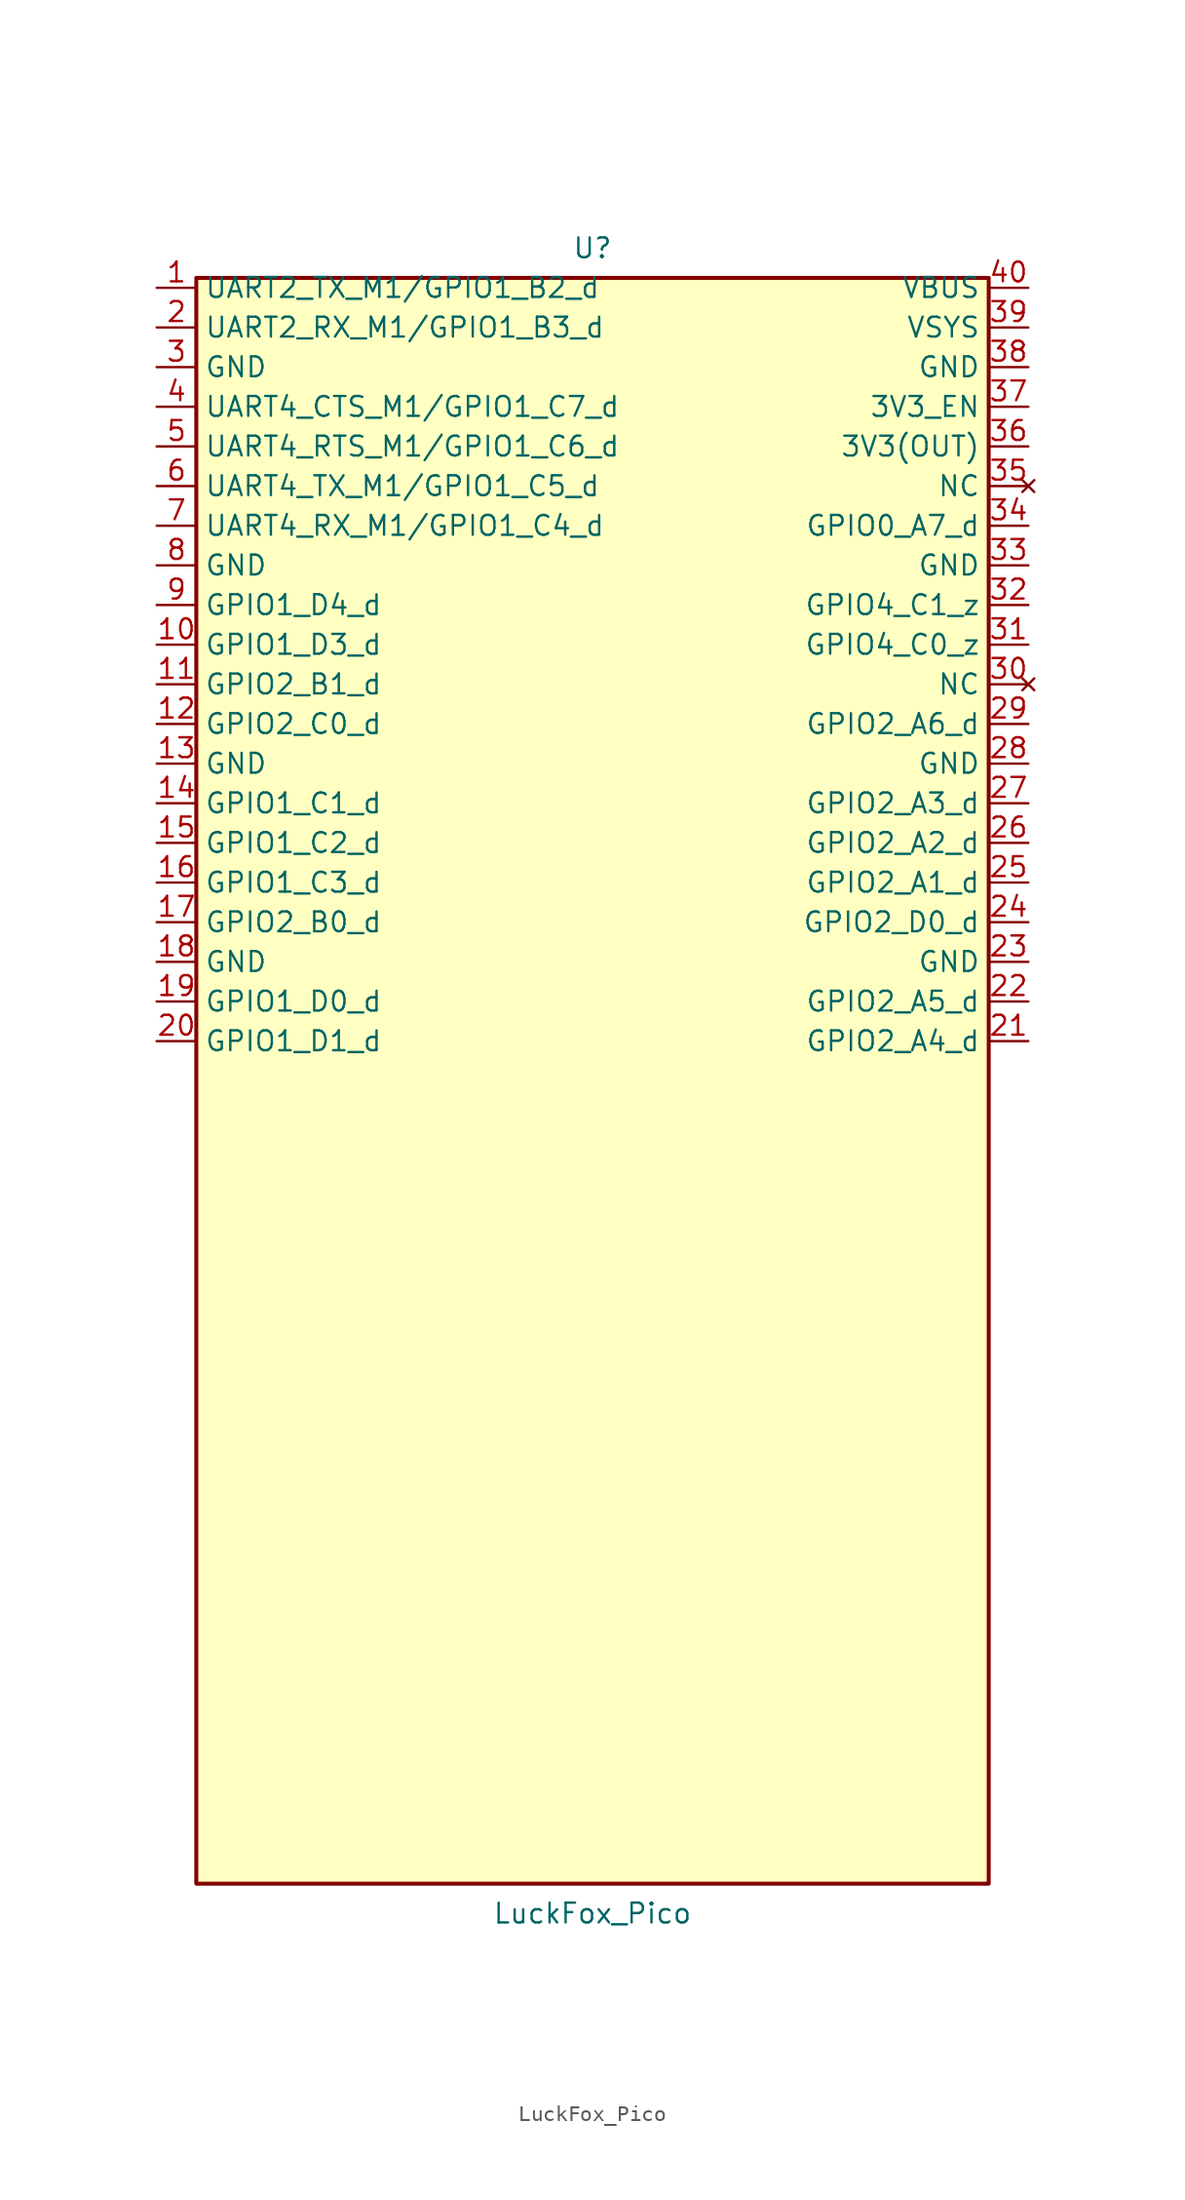
<source format=kicad_sym>
(kicad_symbol_lib
  (version 20220914)
  (generator kicad_symbol_editor)
  (symbol "LuckFox_Pico"
    (property "Reference" "U"
      (at 0 53.34 0)
      (effects (font (size 1.27 1.27))))
    (property "Value" "LuckFox_Pico"
      (at 0 -53.34 0)
      (effects (font (size 1.27 1.27))))
    (symbol "LuckFox_Pico_0_1"
      (rectangle (start -25.4 51.435) (end 25.4 -51.435) (stroke (width 0.254) (type default)) (fill (type background))))
    (symbol "LuckFox_Pico_1_1"
      (pin bidirectional line (at -27.94 50.8 0) (length 2.54) (name "UART2_TX_M1/GPIO1_B2_d" (effects (font (size 1.27 1.27)))) (number "1" (effects (font (size 1.27 1.27)))))
      (pin bidirectional line (at -27.94 48.26 0) (length 2.54) (name "UART2_RX_M1/GPIO1_B3_d" (effects (font (size 1.27 1.27)))) (number "2" (effects (font (size 1.27 1.27)))))
      (pin power_in line (at -27.94 45.72 0) (length 2.54) (name "GND" (effects (font (size 1.27 1.27)))) (number "3" (effects (font (size 1.27 1.27)))))
      (pin bidirectional line (at -27.94 43.18 0) (length 2.54) (name "UART4_CTS_M1/GPIO1_C7_d" (effects (font (size 1.27 1.27)))) (number "4" (effects (font (size 1.27 1.27)))))
      (pin bidirectional line (at -27.94 40.64 0) (length 2.54) (name "UART4_RTS_M1/GPIO1_C6_d" (effects (font (size 1.27 1.27)))) (number "5" (effects (font (size 1.27 1.27)))))
      (pin bidirectional line (at -27.94 38.1 0) (length 2.54) (name "UART4_TX_M1/GPIO1_C5_d" (effects (font (size 1.27 1.27)))) (number "6" (effects (font (size 1.27 1.27)))))
      (pin bidirectional line (at -27.94 35.56 0) (length 2.54) (name "UART4_RX_M1/GPIO1_C4_d" (effects (font (size 1.27 1.27)))) (number "7" (effects (font (size 1.27 1.27)))))
      (pin power_in line (at -27.94 33.02 0) (length 2.54) (name "GND" (effects (font (size 1.27 1.27)))) (number "8" (effects (font (size 1.27 1.27)))))
      (pin bidirectional line (at -27.94 30.48 0) (length 2.54) (name "GPIO1_D4_d" (effects (font (size 1.27 1.27)))) (number "9" (effects (font (size 1.27 1.27)))))
      (pin bidirectional line (at -27.94 27.94 0) (length 2.54) (name "GPIO1_D3_d" (effects (font (size 1.27 1.27)))) (number "10" (effects (font (size 1.27 1.27)))))
      (pin bidirectional line (at -27.94 25.4 0) (length 2.54) (name "GPIO2_B1_d" (effects (font (size 1.27 1.27)))) (number "11" (effects (font (size 1.27 1.27)))))
      (pin bidirectional line (at -27.94 22.86 0) (length 2.54) (name "GPIO2_C0_d" (effects (font (size 1.27 1.27)))) (number "12" (effects (font (size 1.27 1.27)))))
      (pin power_in line (at -27.94 20.32 0) (length 2.54) (name "GND" (effects (font (size 1.27 1.27)))) (number "13" (effects (font (size 1.27 1.27)))))
      (pin bidirectional line (at -27.94 17.78 0) (length 2.54) (name "GPIO1_C1_d" (effects (font (size 1.27 1.27)))) (number "14" (effects (font (size 1.27 1.27)))))
      (pin bidirectional line (at -27.94 15.24 0) (length 2.54) (name "GPIO1_C2_d" (effects (font (size 1.27 1.27)))) (number "15" (effects (font (size 1.27 1.27)))))
      (pin bidirectional line (at -27.94 12.7 0) (length 2.54) (name "GPIO1_C3_d" (effects (font (size 1.27 1.27)))) (number "16" (effects (font (size 1.27 1.27)))))
      (pin bidirectional line (at -27.94 10.16 0) (length 2.54) (name "GPIO2_B0_d" (effects (font (size 1.27 1.27)))) (number "17" (effects (font (size 1.27 1.27)))))
      (pin power_in line (at -27.94 7.62 0) (length 2.54) (name "GND" (effects (font (size 1.27 1.27)))) (number "18" (effects (font (size 1.27 1.27)))))
      (pin bidirectional line (at -27.94 5.08 0) (length 2.54) (name "GPIO1_D0_d" (effects (font (size 1.27 1.27)))) (number "19" (effects (font (size 1.27 1.27)))))
      (pin bidirectional line (at -27.94 2.54 0) (length 2.54) (name "GPIO1_D1_d" (effects (font (size 1.27 1.27)))) (number "20" (effects (font (size 1.27 1.27)))))
      (pin bidirectional line (at 27.94 2.54 180) (length 2.54) (name "GPIO2_A4_d" (effects (font (size 1.27 1.27)))) (number "21" (effects (font (size 1.27 1.27)))))
      (pin bidirectional line (at 27.94 5.08 180) (length 2.54) (name "GPIO2_A5_d" (effects (font (size 1.27 1.27)))) (number "22" (effects (font (size 1.27 1.27)))))
      (pin power_in line (at 27.94 7.62 180) (length 2.54) (name "GND" (effects (font (size 1.27 1.27)))) (number "23" (effects (font (size 1.27 1.27)))))
      (pin bidirectional line (at 27.94 10.16 180) (length 2.54) (name "GPIO2_D0_d" (effects (font (size 1.27 1.27)))) (number "24" (effects (font (size 1.27 1.27)))))
      (pin bidirectional line (at 27.94 12.7 180) (length 2.54) (name "GPIO2_A1_d" (effects (font (size 1.27 1.27)))) (number "25" (effects (font (size 1.27 1.27)))))
      (pin bidirectional line (at 27.94 15.24 180) (length 2.54) (name "GPIO2_A2_d" (effects (font (size 1.27 1.27)))) (number "26" (effects (font (size 1.27 1.27)))))
      (pin bidirectional line (at 27.94 17.78 180) (length 2.54) (name "GPIO2_A3_d" (effects (font (size 1.27 1.27)))) (number "27" (effects (font (size 1.27 1.27)))))
      (pin power_in line (at 27.94 20.32 180) (length 2.54) (name "GND" (effects (font (size 1.27 1.27)))) (number "28" (effects (font (size 1.27 1.27)))))
      (pin bidirectional line (at 27.94 22.86 180) (length 2.54) (name "GPIO2_A6_d" (effects (font (size 1.27 1.27)))) (number "29" (effects (font (size 1.27 1.27)))))
      (pin no_connect line (at 27.94 25.4 180) (length 2.54) (name "NC" (effects (font (size 1.27 1.27)))) (number "30" (effects (font (size 1.27 1.27)))))
      (pin bidirectional line (at 27.94 27.94 180) (length 2.54) (name "GPIO4_C0_z" (effects (font (size 1.27 1.27)))) (number "31" (effects (font (size 1.27 1.27)))))
      (pin bidirectional line (at 27.94 30.48 180) (length 2.54) (name "GPIO4_C1_z" (effects (font (size 1.27 1.27)))) (number "32" (effects (font (size 1.27 1.27)))))
      (pin power_in line (at 27.94 33.02 180) (length 2.54) (name "GND" (effects (font (size 1.27 1.27)))) (number "33" (effects (font (size 1.27 1.27)))))
      (pin bidirectional line (at 27.94 35.56 180) (length 2.54) (name "GPIO0_A7_d" (effects (font (size 1.27 1.27)))) (number "34" (effects (font (size 1.27 1.27)))))
      (pin no_connect line (at 27.94 38.1 180) (length 2.54) (name "NC" (effects (font (size 1.27 1.27)))) (number "35" (effects (font (size 1.27 1.27)))))
      (pin power_out line (at 27.94 40.64 180) (length 2.54) (name "3V3(OUT)" (effects (font (size 1.27 1.27)))) (number "36" (effects (font (size 1.27 1.27)))))
      (pin power_in line (at 27.94 43.18 180) (length 2.54) (name "3V3_EN" (effects (font (size 1.27 1.27)))) (number "37" (effects (font (size 1.27 1.27)))))
      (pin power_in line (at 27.94 45.72 180) (length 2.54) (name "GND" (effects (font (size 1.27 1.27)))) (number "38" (effects (font (size 1.27 1.27)))))
      (pin power_in line (at 27.94 48.26 180) (length 2.54) (name "VSYS" (effects (font (size 1.27 1.27)))) (number "39" (effects (font (size 1.27 1.27)))))
      (pin power_in line (at 27.94 50.8 180) (length 2.54) (name "VBUS" (effects (font (size 1.27 1.27)))) (number "40" (effects (font (size 1.27 1.27))))))))
</source>
